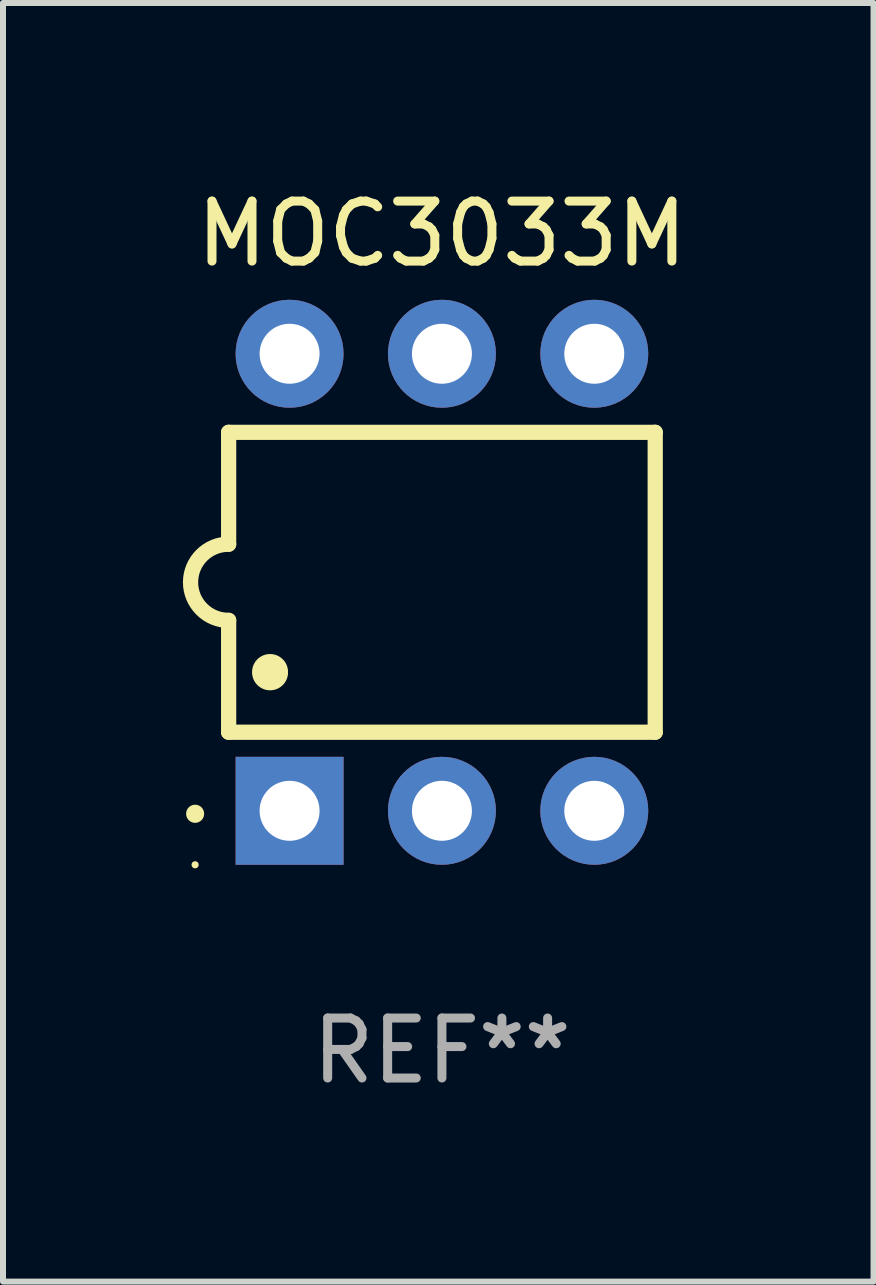
<source format=kicad_pcb>
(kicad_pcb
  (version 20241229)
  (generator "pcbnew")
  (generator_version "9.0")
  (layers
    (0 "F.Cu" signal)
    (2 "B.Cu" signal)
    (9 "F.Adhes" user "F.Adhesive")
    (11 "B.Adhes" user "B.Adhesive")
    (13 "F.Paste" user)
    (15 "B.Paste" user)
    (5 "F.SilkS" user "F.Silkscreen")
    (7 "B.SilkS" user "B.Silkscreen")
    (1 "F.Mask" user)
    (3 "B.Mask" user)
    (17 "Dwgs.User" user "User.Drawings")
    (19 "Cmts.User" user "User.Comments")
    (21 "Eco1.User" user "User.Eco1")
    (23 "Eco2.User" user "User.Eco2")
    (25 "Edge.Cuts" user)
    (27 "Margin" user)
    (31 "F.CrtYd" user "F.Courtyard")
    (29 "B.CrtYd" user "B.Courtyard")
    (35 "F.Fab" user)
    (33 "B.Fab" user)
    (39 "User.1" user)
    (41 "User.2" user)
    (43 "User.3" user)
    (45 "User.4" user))
  (footprint "MOC3033M"
    (layer "F.Cu")
    (at 4.318 6.658)
    (property "Reference" "MOC3033M" (at 0 -5.81 0) (layer "F.SilkS") (effects (font (size 1 1) (thickness 0.15))))
    (attr through_hole)
    (fp_line (start -3.556 -2.5) (end 3.556 -2.5) (stroke (width 0.254) (type solid)) (layer "F.SilkS"))
    (fp_line (start -3.556 -0.635) (end -3.556 -2.5) (stroke (width 0.254) (type solid)) (layer "F.SilkS"))
    (fp_line (start -3.556 0.635) (end -3.556 2.5) (stroke (width 0.254) (type solid)) (layer "F.SilkS"))
    (fp_line (start -3.556 2.5) (end 3.556 2.5) (stroke (width 0.254) (type solid)) (layer "F.SilkS"))
    (fp_line (start 3.556 -2.5) (end 3.556 2.5) (stroke (width 0.254) (type solid)) (layer "F.SilkS"))
    (fp_arc (start -4.114808 3.860808) (mid -4.114813 3.859538) (end -4.114808 3.858268) (stroke (width 0.3) (type solid)) (layer "F.SilkS"))
    (fp_arc (start -3.556007 0.635001) (mid -4.191008 0) (end -3.556007 -0.635001) (stroke (width 0.254001) (type solid)) (layer "F.SilkS"))
    (fp_arc (start -2.865405 1.501143) (mid -2.865416 1.498603) (end -2.865405 1.496063) (stroke (width 0.6) (type solid)) (layer "F.SilkS"))
    (fp_circle (center -4.115 4.71) (end -4.085 4.71) (stroke (width 0.06) (type solid)) (fill no) (layer "F.SilkS"))
    (fp_text user "REF**" (at 0 7.81 0) (layer "F.Fab") (effects (font (size 1 1) (thickness 0.15))))
    (pad "1" thru_hole rect (at -2.54 3.81 90) (size 1.8 1.8) (drill 1) (layers "*.Cu" "*.Mask"))
    (pad "2" thru_hole circle (at 0 3.81) (size 1.8 1.8) (drill 1) (layers "*.Cu" "*.Mask"))
    (pad "3" thru_hole circle (at 2.54 3.81) (size 1.8 1.8) (drill 1) (layers "*.Cu" "*.Mask"))
    (pad "4" thru_hole circle (at 2.54 -3.81) (size 1.8 1.8) (drill 1) (layers "*.Cu" "*.Mask"))
    (pad "5" thru_hole circle (at 0 -3.81) (size 1.8 1.8) (drill 1) (layers "*.Cu" "*.Mask"))
    (pad "6" thru_hole circle (at -2.54 -3.81) (size 1.8 1.8) (drill 1) (layers "*.Cu" "*.Mask")))
  (gr_rect
    (start -3 -3)
    (end 11.514 18.317)
    (stroke (width 0.1) (type default))
    (fill no)
    (layer "Edge.Cuts")))
</source>
